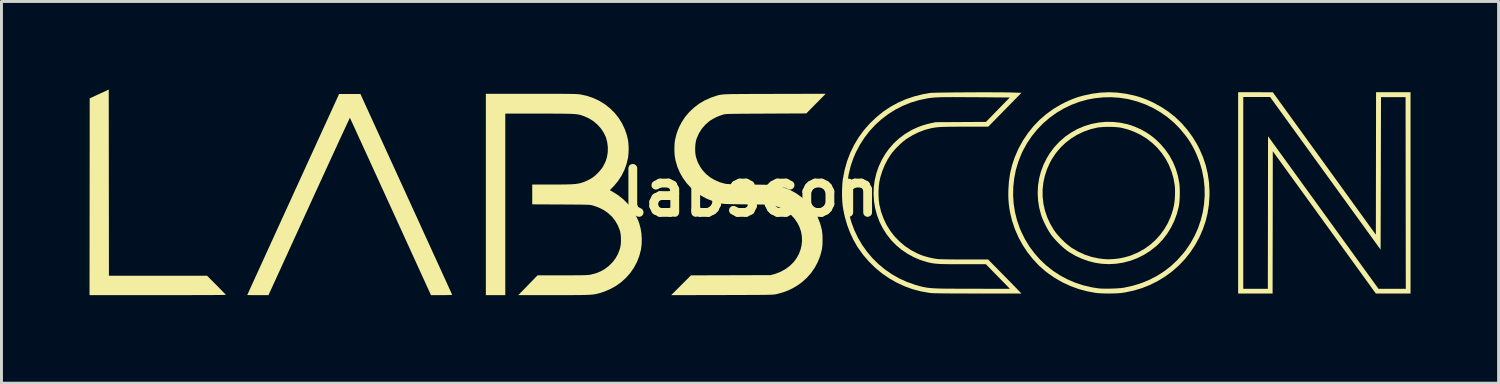
<source format=kicad_pcb>
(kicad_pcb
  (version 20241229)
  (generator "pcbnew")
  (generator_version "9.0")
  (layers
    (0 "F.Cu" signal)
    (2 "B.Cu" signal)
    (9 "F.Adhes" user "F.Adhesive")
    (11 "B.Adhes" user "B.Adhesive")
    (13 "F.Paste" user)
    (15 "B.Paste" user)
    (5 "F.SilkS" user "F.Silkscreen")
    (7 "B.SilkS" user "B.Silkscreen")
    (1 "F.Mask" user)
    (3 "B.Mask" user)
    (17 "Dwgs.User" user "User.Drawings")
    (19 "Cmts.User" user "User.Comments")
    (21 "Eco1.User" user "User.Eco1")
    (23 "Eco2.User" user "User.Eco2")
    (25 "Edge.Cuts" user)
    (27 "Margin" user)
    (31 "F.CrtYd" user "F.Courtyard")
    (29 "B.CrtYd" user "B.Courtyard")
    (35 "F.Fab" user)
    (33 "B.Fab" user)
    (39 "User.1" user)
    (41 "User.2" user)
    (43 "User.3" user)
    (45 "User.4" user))
  (footprint "labscon"
    (layer "F.Cu")
    (at 22.51 3.508)
    (property "Reference" "labscon" (at 0 0 0) (layer "F.SilkS") (effects (font (size 1.5 1.5) (thickness 0.3))))
    (attr board_only exclude_from_pos_files exclude_from_bom)
    (fp_poly (pts (xy -21.852 -0.336) (xy -21.849 2.836) (xy -20.177 2.836) (xy -18.505 2.836) (xy -18.185 3.158) (xy -18.109 3.234) (xy -18.04 3.305) (xy -17.979 3.367) (xy -17.929 3.419) (xy -17.892 3.458) (xy -17.87 3.482) (xy -17.865 3.488) (xy -17.878 3.489) (xy -17.917 3.49) (xy -17.98 3.491) (xy -18.066 3.492) (xy -18.174 3.493) (xy -18.302 3.494) (xy -18.448 3.494) (xy -18.612 3.495) (xy -18.791 3.496) (xy -18.986 3.496) (xy -19.193 3.497) (xy -19.413 3.497) (xy -19.642 3.497) (xy -19.881 3.497) (xy -20.128 3.497) (xy -20.188 3.497) (xy -22.51 3.497) (xy -22.507 0.146) (xy -22.504 -3.206) (xy -22.179 -3.357) (xy -21.855 -3.508)) (stroke (width 0) (type solid)) (fill yes) (layer "F.SilkS"))
    (fp_poly (pts (xy 22.497 0.014) (xy 22.497 3.443) (xy 21.906 3.443) (xy 21.315 3.443) (xy 19.56 1.018) (xy 17.804 -1.406) (xy 17.801 1.019) (xy 17.797 3.443) (xy 17.21 3.443) (xy 16.623 3.443) (xy 16.623 0.014) (xy 16.623 -3.254) (xy 16.798 -3.254) (xy 16.798 0.014) (xy 16.798 3.281) (xy 17.217 3.281) (xy 17.635 3.281) (xy 17.639 0.682) (xy 17.642 -1.916) (xy 19.524 0.682) (xy 21.405 3.281) (xy 21.87 3.281) (xy 22.335 3.281) (xy 22.331 0.017) (xy 22.328 -3.248) (xy 21.909 -3.248) (xy 21.491 -3.248) (xy 21.484 -0.65) (xy 21.477 1.948) (xy 19.594 -0.653) (xy 17.711 -3.254) (xy 17.255 -3.254) (xy 16.798 -3.254) (xy 16.623 -3.254) (xy 16.623 -3.416) (xy 17.214 -3.416) (xy 17.804 -3.415) (xy 19.56 -0.989) (xy 21.315 1.438) (xy 21.319 -0.989) (xy 21.322 -3.416) (xy 21.909 -3.416) (xy 22.497 -3.416)) (stroke (width 0) (type solid)) (fill yes) (layer "F.SilkS"))
    (fp_poly (pts (xy -11.718 0.061) (xy -11.587 0.349) (xy -11.458 0.631) (xy -11.332 0.905) (xy -11.211 1.171) (xy -11.094 1.428) (xy -10.981 1.674) (xy -10.874 1.909) (xy -10.772 2.132) (xy -10.676 2.341) (xy -10.587 2.536) (xy -10.505 2.716) (xy -10.431 2.879) (xy -10.364 3.026) (xy -10.306 3.154) (xy -10.257 3.262) (xy -10.216 3.351) (xy -10.186 3.418) (xy -10.166 3.463) (xy -10.156 3.485) (xy -10.155 3.487) (xy -10.168 3.49) (xy -10.204 3.492) (xy -10.261 3.494) (xy -10.333 3.496) (xy -10.419 3.497) (xy -10.515 3.497) (xy -10.516 3.497) (xy -10.877 3.497) (xy -12.253 0.482) (xy -12.377 0.212) (xy -12.497 -0.052) (xy -12.615 -0.309) (xy -12.728 -0.557) (xy -12.837 -0.795) (xy -12.941 -1.023) (xy -13.04 -1.239) (xy -13.133 -1.442) (xy -13.22 -1.632) (xy -13.3 -1.807) (xy -13.373 -1.965) (xy -13.437 -2.107) (xy -13.494 -2.231) (xy -13.542 -2.335) (xy -13.581 -2.42) (xy -13.61 -2.483) (xy -13.629 -2.524) (xy -13.638 -2.542) (xy -13.638 -2.542) (xy -13.645 -2.531) (xy -13.662 -2.496) (xy -13.689 -2.439) (xy -13.726 -2.36) (xy -13.772 -2.261) (xy -13.827 -2.143) (xy -13.891 -2.006) (xy -13.962 -1.852) (xy -14.041 -1.682) (xy -14.126 -1.497) (xy -14.218 -1.297) (xy -14.316 -1.085) (xy -14.419 -0.86) (xy -14.527 -0.624) (xy -14.64 -0.379) (xy -14.757 -0.124) (xy -14.877 0.138) (xy -15 0.407) (xy -15.03 0.472) (xy -16.413 3.497) (xy -16.774 3.497) (xy -16.87 3.497) (xy -16.956 3.497) (xy -17.029 3.496) (xy -17.086 3.495) (xy -17.123 3.494) (xy -17.136 3.492) (xy -17.136 3.492) (xy -17.13 3.48) (xy -17.114 3.444) (xy -17.087 3.385) (xy -17.051 3.305) (xy -17.005 3.204) (xy -16.95 3.083) (xy -16.886 2.944) (xy -16.815 2.787) (xy -16.736 2.614) (xy -16.649 2.425) (xy -16.556 2.221) (xy -16.457 2.003) (xy -16.352 1.773) (xy -16.241 1.531) (xy -16.126 1.278) (xy -16.006 1.016) (xy -15.882 0.744) (xy -15.754 0.465) (xy -15.623 0.179) (xy -15.572 0.066) (xy -14.007 -3.356) (xy -13.644 -3.356) (xy -13.281 -3.356)) (stroke (width 0) (type solid)) (fill yes) (layer "F.SilkS"))
    (fp_poly (pts (xy 12.362 -2.404) (xy 12.607 -2.377) (xy 12.847 -2.327) (xy 13.081 -2.251) (xy 13.289 -2.16) (xy 13.473 -2.059) (xy 13.639 -1.95) (xy 13.794 -1.827) (xy 13.946 -1.683) (xy 13.976 -1.652) (xy 14.142 -1.459) (xy 14.286 -1.252) (xy 14.406 -1.032) (xy 14.502 -0.799) (xy 14.574 -0.554) (xy 14.618 -0.324) (xy 14.629 -0.221) (xy 14.635 -0.1) (xy 14.636 0.03) (xy 14.633 0.162) (xy 14.625 0.289) (xy 14.613 0.403) (xy 14.598 0.493) (xy 14.533 0.737) (xy 14.445 0.973) (xy 14.335 1.196) (xy 14.206 1.406) (xy 14.057 1.6) (xy 13.892 1.774) (xy 13.834 1.826) (xy 13.632 1.986) (xy 13.417 2.123) (xy 13.191 2.236) (xy 12.955 2.325) (xy 12.712 2.389) (xy 12.463 2.428) (xy 12.21 2.441) (xy 11.978 2.429) (xy 11.754 2.396) (xy 11.527 2.338) (xy 11.303 2.259) (xy 11.087 2.16) (xy 10.884 2.043) (xy 10.803 1.988) (xy 10.721 1.925) (xy 10.63 1.846) (xy 10.534 1.756) (xy 10.44 1.66) (xy 10.354 1.566) (xy 10.28 1.477) (xy 10.246 1.431) (xy 10.188 1.343) (xy 10.126 1.238) (xy 10.065 1.123) (xy 10.008 1.007) (xy 9.958 0.895) (xy 9.92 0.796) (xy 9.914 0.776) (xy 9.847 0.526) (xy 9.807 0.274) (xy 9.793 0.023) (xy 9.799 -0.091) (xy 9.961 -0.091) (xy 9.963 0.148) (xy 9.99 0.385) (xy 10.042 0.619) (xy 10.12 0.848) (xy 10.224 1.072) (xy 10.349 1.283) (xy 10.421 1.381) (xy 10.51 1.486) (xy 10.61 1.592) (xy 10.715 1.695) (xy 10.821 1.787) (xy 10.92 1.863) (xy 10.947 1.882) (xy 11.166 2.011) (xy 11.393 2.116) (xy 11.626 2.194) (xy 11.866 2.246) (xy 12.048 2.268) (xy 12.113 2.272) (xy 12.172 2.275) (xy 12.231 2.275) (xy 12.297 2.272) (xy 12.378 2.267) (xy 12.45 2.261) (xy 12.545 2.25) (xy 12.656 2.23) (xy 12.773 2.203) (xy 12.886 2.172) (xy 12.987 2.139) (xy 12.99 2.138) (xy 13.219 2.039) (xy 13.432 1.919) (xy 13.629 1.778) (xy 13.808 1.618) (xy 13.969 1.44) (xy 14.11 1.246) (xy 14.231 1.036) (xy 14.33 0.812) (xy 14.406 0.575) (xy 14.435 0.452) (xy 14.451 0.352) (xy 14.464 0.235) (xy 14.471 0.107) (xy 14.474 -0.02) (xy 14.471 -0.139) (xy 14.464 -0.238) (xy 14.421 -0.482) (xy 14.354 -0.716) (xy 14.264 -0.939) (xy 14.153 -1.148) (xy 14.02 -1.344) (xy 13.868 -1.524) (xy 13.697 -1.688) (xy 13.51 -1.834) (xy 13.306 -1.96) (xy 13.087 -2.066) (xy 12.855 -2.151) (xy 12.653 -2.203) (xy 12.561 -2.218) (xy 12.451 -2.228) (xy 12.327 -2.235) (xy 12.199 -2.236) (xy 12.072 -2.234) (xy 11.953 -2.226) (xy 11.851 -2.215) (xy 11.822 -2.21) (xy 11.583 -2.152) (xy 11.354 -2.07) (xy 11.136 -1.965) (xy 10.932 -1.839) (xy 10.742 -1.692) (xy 10.569 -1.526) (xy 10.415 -1.343) (xy 10.281 -1.142) (xy 10.216 -1.025) (xy 10.113 -0.797) (xy 10.037 -0.565) (xy 9.986 -0.329) (xy 9.961 -0.091) (xy 9.799 -0.091) (xy 9.805 -0.228) (xy 9.843 -0.475) (xy 9.906 -0.717) (xy 9.995 -0.953) (xy 10.109 -1.18) (xy 10.206 -1.338) (xy 10.359 -1.543) (xy 10.531 -1.728) (xy 10.721 -1.894) (xy 10.928 -2.039) (xy 11.152 -2.164) (xy 11.161 -2.167) (xy 11.39 -2.264) (xy 11.627 -2.336) (xy 11.87 -2.383) (xy 12.115 -2.406)) (stroke (width 0) (type solid)) (fill yes) (layer "F.SilkS"))
    (fp_poly (pts (xy 12.51 -3.403) (xy 12.8 -3.364) (xy 13.092 -3.302) (xy 13.248 -3.258) (xy 13.395 -3.208) (xy 13.543 -3.15) (xy 13.7 -3.078) (xy 13.726 -3.065) (xy 13.995 -2.92) (xy 14.246 -2.754) (xy 14.48 -2.568) (xy 14.696 -2.362) (xy 14.893 -2.136) (xy 15.071 -1.892) (xy 15.229 -1.631) (xy 15.301 -1.492) (xy 15.422 -1.215) (xy 15.518 -0.931) (xy 15.587 -0.641) (xy 15.631 -0.345) (xy 15.648 -0.041) (xy 15.646 0.127) (xy 15.626 0.423) (xy 15.582 0.708) (xy 15.514 0.984) (xy 15.421 1.255) (xy 15.303 1.524) (xy 15.298 1.534) (xy 15.154 1.798) (xy 14.988 2.046) (xy 14.803 2.277) (xy 14.599 2.49) (xy 14.378 2.685) (xy 14.141 2.86) (xy 13.89 3.014) (xy 13.625 3.147) (xy 13.349 3.257) (xy 13.062 3.343) (xy 12.767 3.405) (xy 12.649 3.423) (xy 12.561 3.431) (xy 12.454 3.437) (xy 12.334 3.441) (xy 12.207 3.442) (xy 12.081 3.44) (xy 11.962 3.436) (xy 11.858 3.43) (xy 11.778 3.422) (xy 11.483 3.368) (xy 11.192 3.29) (xy 10.909 3.187) (xy 10.637 3.061) (xy 10.377 2.912) (xy 10.133 2.743) (xy 10.05 2.678) (xy 9.829 2.482) (xy 9.627 2.266) (xy 9.443 2.033) (xy 9.28 1.786) (xy 9.138 1.525) (xy 9.019 1.253) (xy 8.924 0.973) (xy 8.854 0.686) (xy 8.853 0.681) (xy 8.826 0.525) (xy 8.808 0.38) (xy 8.797 0.235) (xy 8.793 0.095) (xy 8.957 0.095) (xy 8.976 0.384) (xy 9.021 0.67) (xy 9.091 0.951) (xy 9.187 1.226) (xy 9.229 1.325) (xy 9.36 1.59) (xy 9.512 1.84) (xy 9.685 2.073) (xy 9.876 2.289) (xy 10.085 2.486) (xy 10.311 2.664) (xy 10.551 2.822) (xy 10.806 2.958) (xy 11.073 3.073) (xy 11.351 3.164) (xy 11.64 3.232) (xy 11.863 3.266) (xy 11.94 3.273) (xy 12.038 3.276) (xy 12.15 3.277) (xy 12.27 3.276) (xy 12.392 3.272) (xy 12.509 3.266) (xy 12.614 3.258) (xy 12.702 3.248) (xy 12.737 3.242) (xy 13.039 3.176) (xy 13.327 3.087) (xy 13.602 2.974) (xy 13.863 2.839) (xy 14.108 2.681) (xy 14.339 2.502) (xy 14.553 2.3) (xy 14.752 2.077) (xy 14.84 1.965) (xy 15.003 1.724) (xy 15.143 1.472) (xy 15.259 1.21) (xy 15.351 0.94) (xy 15.42 0.664) (xy 15.463 0.383) (xy 15.483 0.1) (xy 15.478 -0.185) (xy 15.448 -0.468) (xy 15.393 -0.749) (xy 15.313 -1.025) (xy 15.207 -1.295) (xy 15.164 -1.389) (xy 15.105 -1.508) (xy 15.05 -1.611) (xy 14.995 -1.704) (xy 14.934 -1.797) (xy 14.864 -1.896) (xy 14.828 -1.944) (xy 14.644 -2.168) (xy 14.441 -2.375) (xy 14.22 -2.562) (xy 13.983 -2.729) (xy 13.732 -2.875) (xy 13.468 -2.998) (xy 13.193 -3.098) (xy 12.909 -3.174) (xy 12.855 -3.186) (xy 12.585 -3.227) (xy 12.306 -3.246) (xy 12.024 -3.241) (xy 11.744 -3.212) (xy 11.498 -3.167) (xy 11.215 -3.089) (xy 10.942 -2.986) (xy 10.681 -2.861) (xy 10.433 -2.713) (xy 10.198 -2.544) (xy 9.98 -2.356) (xy 9.779 -2.148) (xy 9.596 -1.923) (xy 9.433 -1.682) (xy 9.291 -1.425) (xy 9.239 -1.314) (xy 9.132 -1.043) (xy 9.05 -0.764) (xy 8.994 -0.481) (xy 8.963 -0.193) (xy 8.957 0.095) (xy 8.793 0.095) (xy 8.792 0.083) (xy 8.795 -0.087) (xy 8.814 -0.379) (xy 8.855 -0.657) (xy 8.92 -0.926) (xy 9.008 -1.191) (xy 9.121 -1.454) (xy 9.144 -1.501) (xy 9.292 -1.771) (xy 9.461 -2.023) (xy 9.649 -2.257) (xy 9.856 -2.472) (xy 10.082 -2.668) (xy 10.325 -2.844) (xy 10.586 -2.999) (xy 10.715 -3.065) (xy 10.875 -3.139) (xy 11.023 -3.2) (xy 11.17 -3.251) (xy 11.325 -3.295) (xy 11.35 -3.302) (xy 11.646 -3.365) (xy 11.936 -3.403) (xy 12.223 -3.416)) (stroke (width 0) (type solid)) (fill yes) (layer "F.SilkS"))
    (fp_poly (pts (xy -7.224 -3.362) (xy -7.011 -3.362) (xy -6.823 -3.362) (xy -6.656 -3.362) (xy -6.51 -3.362) (xy -6.383 -3.361) (xy -6.273 -3.36) (xy -6.179 -3.359) (xy -6.1 -3.358) (xy -6.032 -3.357) (xy -5.976 -3.355) (xy -5.929 -3.353) (xy -5.89 -3.351) (xy -5.856 -3.349) (xy -5.828 -3.346) (xy -5.802 -3.342) (xy -5.777 -3.338) (xy -5.764 -3.336) (xy -5.54 -3.285) (xy -5.327 -3.21) (xy -5.126 -3.114) (xy -4.94 -2.997) (xy -4.77 -2.861) (xy -4.616 -2.708) (xy -4.481 -2.538) (xy -4.366 -2.353) (xy -4.272 -2.155) (xy -4.2 -1.945) (xy -4.165 -1.789) (xy -4.151 -1.688) (xy -4.143 -1.569) (xy -4.142 -1.444) (xy -4.148 -1.32) (xy -4.159 -1.208) (xy -4.165 -1.175) (xy -4.215 -0.965) (xy -4.29 -0.761) (xy -4.388 -0.566) (xy -4.507 -0.385) (xy -4.645 -0.22) (xy -4.678 -0.187) (xy -4.72 -0.144) (xy -4.753 -0.109) (xy -4.774 -0.085) (xy -4.779 -0.076) (xy -4.765 -0.068) (xy -4.734 -0.051) (xy -4.693 -0.028) (xy -4.692 -0.028) (xy -4.497 0.095) (xy -4.32 0.236) (xy -4.161 0.395) (xy -4.023 0.57) (xy -3.907 0.76) (xy -3.813 0.962) (xy -3.781 1.051) (xy -3.736 1.219) (xy -3.707 1.4) (xy -3.695 1.587) (xy -3.7 1.771) (xy -3.723 1.945) (xy -3.724 1.952) (xy -3.781 2.168) (xy -3.861 2.372) (xy -3.964 2.565) (xy -4.088 2.743) (xy -4.232 2.907) (xy -4.395 3.054) (xy -4.575 3.183) (xy -4.771 3.292) (xy -4.982 3.381) (xy -5.108 3.422) (xy -5.152 3.434) (xy -5.193 3.445) (xy -5.233 3.455) (xy -5.274 3.463) (xy -5.319 3.471) (xy -5.368 3.477) (xy -5.424 3.482) (xy -5.489 3.486) (xy -5.565 3.489) (xy -5.653 3.492) (xy -5.755 3.494) (xy -5.874 3.495) (xy -6.01 3.496) (xy -6.167 3.497) (xy -6.346 3.497) (xy -6.548 3.497) (xy -6.704 3.497) (xy -7.902 3.497) (xy -7.574 3.16) (xy -7.246 2.822) (xy -6.407 2.822) (xy -6.226 2.822) (xy -6.071 2.822) (xy -5.938 2.821) (xy -5.826 2.82) (xy -5.733 2.819) (xy -5.656 2.817) (xy -5.593 2.815) (xy -5.542 2.812) (xy -5.501 2.809) (xy -5.468 2.805) (xy -5.452 2.802) (xy -5.274 2.758) (xy -5.107 2.692) (xy -4.952 2.605) (xy -4.813 2.499) (xy -4.69 2.376) (xy -4.586 2.238) (xy -4.502 2.086) (xy -4.442 1.923) (xy -4.428 1.87) (xy -4.411 1.771) (xy -4.404 1.659) (xy -4.405 1.542) (xy -4.414 1.429) (xy -4.432 1.329) (xy -4.443 1.29) (xy -4.511 1.119) (xy -4.601 0.963) (xy -4.711 0.824) (xy -4.842 0.702) (xy -4.991 0.599) (xy -5.158 0.514) (xy -5.342 0.449) (xy -5.368 0.442) (xy -5.389 0.437) (xy -5.41 0.432) (xy -5.434 0.428) (xy -5.461 0.424) (xy -5.495 0.421) (xy -5.536 0.419) (xy -5.588 0.417) (xy -5.652 0.415) (xy -5.731 0.414) (xy -5.825 0.413) (xy -5.939 0.412) (xy -6.072 0.411) (xy -6.228 0.41) (xy -6.409 0.409) (xy -6.451 0.409) (xy -7.427 0.404) (xy -7.427 0.067) (xy -7.427 -0.27) (xy -6.775 -0.27) (xy -6.598 -0.271) (xy -6.446 -0.272) (xy -6.315 -0.273) (xy -6.204 -0.276) (xy -6.11 -0.279) (xy -6.03 -0.284) (xy -5.962 -0.289) (xy -5.902 -0.297) (xy -5.85 -0.305) (xy -5.802 -0.316) (xy -5.766 -0.325) (xy -5.66 -0.36) (xy -5.548 -0.409) (xy -5.441 -0.464) (xy -5.356 -0.518) (xy -5.283 -0.576) (xy -5.206 -0.65) (xy -5.13 -0.73) (xy -5.064 -0.811) (xy -5.013 -0.884) (xy -5.012 -0.887) (xy -4.934 -1.042) (xy -4.881 -1.201) (xy -4.854 -1.369) (xy -4.851 -1.542) (xy -4.872 -1.715) (xy -4.917 -1.878) (xy -4.988 -2.032) (xy -5.084 -2.177) (xy -5.205 -2.313) (xy -5.207 -2.315) (xy -5.342 -2.429) (xy -5.496 -2.525) (xy -5.667 -2.602) (xy -5.705 -2.615) (xy -5.741 -2.627) (xy -5.776 -2.638) (xy -5.811 -2.647) (xy -5.848 -2.655) (xy -5.89 -2.662) (xy -5.938 -2.668) (xy -5.995 -2.673) (xy -6.061 -2.677) (xy -6.138 -2.68) (xy -6.23 -2.682) (xy -6.337 -2.684) (xy -6.461 -2.685) (xy -6.605 -2.686) (xy -6.77 -2.687) (xy -6.958 -2.687) (xy -7.17 -2.687) (xy -7.201 -2.687) (xy -8.345 -2.687) (xy -8.345 0.405) (xy -8.345 3.497) (xy -8.676 3.497) (xy -9.007 3.497) (xy -9.007 0.068) (xy -9.007 -3.362) (xy -7.462 -3.362)) (stroke (width 0) (type solid)) (fill yes) (layer "F.SilkS"))
    (fp_poly (pts (xy 2.241 -3.029) (xy 1.911 -2.694) (xy 0.54 -2.687) (xy 0.318 -2.686) (xy 0.121 -2.685) (xy -0.053 -2.684) (xy -0.204 -2.683) (xy -0.335 -2.682) (xy -0.448 -2.681) (xy -0.543 -2.68) (xy -0.623 -2.678) (xy -0.69 -2.677) (xy -0.744 -2.675) (xy -0.789 -2.673) (xy -0.824 -2.67) (xy -0.853 -2.668) (xy -0.876 -2.664) (xy -0.896 -2.661) (xy -0.913 -2.657) (xy -0.931 -2.652) (xy -0.938 -2.65) (xy -1.04 -2.615) (xy -1.15 -2.569) (xy -1.257 -2.514) (xy -1.352 -2.457) (xy -1.39 -2.431) (xy -1.529 -2.311) (xy -1.648 -2.173) (xy -1.745 -2.02) (xy -1.82 -1.851) (xy -1.837 -1.803) (xy -1.858 -1.713) (xy -1.871 -1.606) (xy -1.876 -1.49) (xy -1.873 -1.376) (xy -1.861 -1.271) (xy -1.852 -1.225) (xy -1.798 -1.056) (xy -1.721 -0.899) (xy -1.622 -0.756) (xy -1.503 -0.628) (xy -1.366 -0.517) (xy -1.212 -0.425) (xy -1.042 -0.351) (xy -0.877 -0.303) (xy -0.852 -0.298) (xy -0.822 -0.294) (xy -0.786 -0.29) (xy -0.74 -0.287) (xy -0.683 -0.284) (xy -0.612 -0.281) (xy -0.526 -0.279) (xy -0.421 -0.277) (xy -0.296 -0.275) (xy -0.148 -0.272) (xy 0.014 -0.27) (xy 0.186 -0.268) (xy 0.334 -0.266) (xy 0.461 -0.264) (xy 0.568 -0.262) (xy 0.658 -0.259) (xy 0.735 -0.255) (xy 0.799 -0.25) (xy 0.855 -0.244) (xy 0.904 -0.236) (xy 0.95 -0.227) (xy 0.994 -0.216) (xy 1.04 -0.202) (xy 1.089 -0.186) (xy 1.145 -0.168) (xy 1.148 -0.167) (xy 1.357 -0.085) (xy 1.551 0.019) (xy 1.732 0.146) (xy 1.904 0.297) (xy 1.924 0.317) (xy 2.075 0.486) (xy 2.202 0.665) (xy 2.305 0.856) (xy 2.384 1.06) (xy 2.439 1.269) (xy 2.452 1.352) (xy 2.461 1.454) (xy 2.464 1.567) (xy 2.464 1.683) (xy 2.459 1.794) (xy 2.449 1.892) (xy 2.44 1.947) (xy 2.383 2.164) (xy 2.301 2.371) (xy 2.196 2.566) (xy 2.07 2.747) (xy 1.923 2.913) (xy 1.756 3.061) (xy 1.634 3.15) (xy 1.47 3.25) (xy 1.306 3.331) (xy 1.134 3.397) (xy 0.945 3.451) (xy 0.902 3.461) (xy 0.883 3.465) (xy 0.865 3.469) (xy 0.845 3.472) (xy 0.823 3.475) (xy 0.796 3.478) (xy 0.764 3.48) (xy 0.724 3.482) (xy 0.676 3.484) (xy 0.618 3.485) (xy 0.548 3.487) (xy 0.465 3.488) (xy 0.367 3.489) (xy 0.253 3.49) (xy 0.122 3.491) (xy -0.028 3.491) (xy -0.199 3.492) (xy -0.391 3.492) (xy -0.607 3.493) (xy -0.848 3.494) (xy -0.959 3.494) (xy -2.694 3.498) (xy -2.357 3.161) (xy -2.02 2.823) (xy -0.662 2.819) (xy 0.695 2.815) (xy 0.81 2.784) (xy 0.874 2.764) (xy 0.949 2.736) (xy 1.025 2.705) (xy 1.06 2.689) (xy 1.218 2.599) (xy 1.357 2.493) (xy 1.477 2.374) (xy 1.576 2.242) (xy 1.655 2.101) (xy 1.713 1.952) (xy 1.749 1.798) (xy 1.765 1.641) (xy 1.758 1.483) (xy 1.729 1.326) (xy 1.677 1.173) (xy 1.602 1.026) (xy 1.504 0.886) (xy 1.391 0.765) (xy 1.258 0.654) (xy 1.114 0.565) (xy 0.954 0.494) (xy 0.812 0.449) (xy 0.682 0.414) (xy -0.108 0.405) (xy -0.275 0.403) (xy -0.418 0.401) (xy -0.538 0.399) (xy -0.639 0.397) (xy -0.722 0.395) (xy -0.791 0.393) (xy -0.846 0.39) (xy -0.892 0.387) (xy -0.929 0.384) (xy -0.962 0.379) (xy -0.991 0.374) (xy -1.02 0.368) (xy -1.029 0.366) (xy -1.254 0.304) (xy -1.467 0.219) (xy -1.665 0.113) (xy -1.848 -0.011) (xy -2.014 -0.154) (xy -2.162 -0.314) (xy -2.29 -0.488) (xy -2.398 -0.677) (xy -2.483 -0.878) (xy -2.545 -1.091) (xy -2.559 -1.161) (xy -2.574 -1.265) (xy -2.582 -1.385) (xy -2.583 -1.512) (xy -2.579 -1.637) (xy -2.568 -1.749) (xy -2.561 -1.79) (xy -2.51 -2.002) (xy -2.434 -2.205) (xy -2.335 -2.397) (xy -2.215 -2.577) (xy -2.075 -2.743) (xy -1.917 -2.892) (xy -1.742 -3.024) (xy -1.552 -3.137) (xy -1.349 -3.228) (xy -1.242 -3.265) (xy -1.203 -3.278) (xy -1.168 -3.289) (xy -1.136 -3.3) (xy -1.105 -3.309) (xy -1.075 -3.317) (xy -1.042 -3.324) (xy -1.006 -3.33) (xy -0.966 -3.335) (xy -0.919 -3.34) (xy -0.864 -3.344) (xy -0.8 -3.347) (xy -0.726 -3.349) (xy -0.638 -3.352) (xy -0.537 -3.353) (xy -0.42 -3.354) (xy -0.287 -3.355) (xy -0.135 -3.356) (xy 0.038 -3.357) (xy 0.232 -3.357) (xy 0.449 -3.358) (xy 0.69 -3.358) (xy 0.83 -3.359) (xy 2.572 -3.363)) (stroke (width 0) (type solid)) (fill yes) (layer "F.SilkS"))
    (fp_poly (pts (xy 8.14 -3.414) (xy 8.299 -3.413) (xy 8.448 -3.413) (xy 8.585 -3.412) (xy 8.708 -3.41) (xy 8.813 -3.409) (xy 8.9 -3.407) (xy 8.905 -3.406) (xy 9.242 -3.396) (xy 8.675 -2.819) (xy 8.109 -2.242) (xy 7.322 -2.242) (xy 7.136 -2.242) (xy 6.975 -2.241) (xy 6.836 -2.24) (xy 6.716 -2.238) (xy 6.614 -2.236) (xy 6.525 -2.233) (xy 6.449 -2.228) (xy 6.382 -2.223) (xy 6.322 -2.216) (xy 6.266 -2.208) (xy 6.212 -2.199) (xy 6.157 -2.188) (xy 6.145 -2.185) (xy 5.944 -2.131) (xy 5.74 -2.053) (xy 5.541 -1.957) (xy 5.354 -1.844) (xy 5.307 -1.812) (xy 5.214 -1.74) (xy 5.113 -1.651) (xy 5.011 -1.552) (xy 4.915 -1.45) (xy 4.831 -1.351) (xy 4.79 -1.296) (xy 4.679 -1.121) (xy 4.58 -0.928) (xy 4.497 -0.724) (xy 4.433 -0.518) (xy 4.4 -0.365) (xy 4.381 -0.223) (xy 4.371 -0.066) (xy 4.371 0.097) (xy 4.38 0.254) (xy 4.398 0.398) (xy 4.4 0.412) (xy 4.458 0.654) (xy 4.541 0.885) (xy 4.645 1.103) (xy 4.772 1.308) (xy 4.92 1.498) (xy 5.087 1.67) (xy 5.272 1.825) (xy 5.474 1.961) (xy 5.693 2.076) (xy 5.832 2.135) (xy 5.927 2.167) (xy 6.04 2.199) (xy 6.159 2.228) (xy 6.276 2.252) (xy 6.38 2.267) (xy 6.39 2.268) (xy 6.429 2.271) (xy 6.493 2.273) (xy 6.579 2.276) (xy 6.683 2.278) (xy 6.804 2.279) (xy 6.939 2.281) (xy 7.084 2.282) (xy 7.238 2.282) (xy 7.313 2.282) (xy 8.104 2.282) (xy 8.586 2.772) (xy 8.683 2.87) (xy 8.777 2.966) (xy 8.866 3.057) (xy 8.947 3.139) (xy 9.019 3.213) (xy 9.078 3.274) (xy 9.123 3.32) (xy 9.152 3.35) (xy 9.154 3.352) (xy 9.241 3.443) (xy 7.75 3.442) (xy 7.505 3.442) (xy 7.285 3.441) (xy 7.09 3.441) (xy 6.917 3.44) (xy 6.766 3.439) (xy 6.634 3.438) (xy 6.52 3.437) (xy 6.423 3.435) (xy 6.341 3.434) (xy 6.272 3.432) (xy 6.216 3.429) (xy 6.171 3.427) (xy 6.135 3.424) (xy 6.111 3.421) (xy 5.818 3.37) (xy 5.531 3.294) (xy 5.253 3.193) (xy 4.985 3.068) (xy 4.729 2.921) (xy 4.485 2.753) (xy 4.256 2.563) (xy 4.044 2.354) (xy 3.848 2.127) (xy 3.672 1.882) (xy 3.639 1.83) (xy 3.512 1.607) (xy 3.4 1.365) (xy 3.304 1.11) (xy 3.227 0.846) (xy 3.17 0.579) (xy 3.151 0.459) (xy 3.138 0.327) (xy 3.13 0.177) (xy 3.127 0.017) (xy 3.129 -0.059) (xy 3.294 -0.059) (xy 3.299 0.228) (xy 3.328 0.512) (xy 3.37 0.736) (xy 3.447 1.016) (xy 3.548 1.286) (xy 3.672 1.545) (xy 3.817 1.791) (xy 3.983 2.024) (xy 4.168 2.241) (xy 4.371 2.441) (xy 4.591 2.623) (xy 4.826 2.785) (xy 5.075 2.927) (xy 5.337 3.046) (xy 5.61 3.142) (xy 5.644 3.153) (xy 5.713 3.172) (xy 5.776 3.19) (xy 5.835 3.205) (xy 5.893 3.219) (xy 5.951 3.23) (xy 6.011 3.24) (xy 6.075 3.249) (xy 6.145 3.256) (xy 6.224 3.262) (xy 6.312 3.267) (xy 6.412 3.271) (xy 6.526 3.274) (xy 6.655 3.276) (xy 6.802 3.277) (xy 6.969 3.278) (xy 7.157 3.279) (xy 7.368 3.28) (xy 7.58 3.28) (xy 8.847 3.281) (xy 8.438 2.863) (xy 8.028 2.444) (xy 7.238 2.444) (xy 7.054 2.444) (xy 6.895 2.443) (xy 6.757 2.442) (xy 6.639 2.44) (xy 6.537 2.438) (xy 6.45 2.434) (xy 6.375 2.43) (xy 6.308 2.424) (xy 6.248 2.417) (xy 6.192 2.408) (xy 6.138 2.397) (xy 6.083 2.385) (xy 6.023 2.37) (xy 6.023 2.37) (xy 5.793 2.299) (xy 5.57 2.203) (xy 5.355 2.085) (xy 5.153 1.948) (xy 4.968 1.793) (xy 4.81 1.632) (xy 4.652 1.432) (xy 4.518 1.222) (xy 4.407 1.002) (xy 4.32 0.774) (xy 4.257 0.539) (xy 4.218 0.301) (xy 4.202 0.061) (xy 4.21 -0.18) (xy 4.242 -0.42) (xy 4.298 -0.656) (xy 4.378 -0.888) (xy 4.483 -1.113) (xy 4.611 -1.328) (xy 4.722 -1.482) (xy 4.886 -1.671) (xy 5.07 -1.841) (xy 5.271 -1.992) (xy 5.489 -2.121) (xy 5.57 -2.162) (xy 5.725 -2.231) (xy 5.878 -2.287) (xy 6.039 -2.333) (xy 6.149 -2.359) (xy 6.313 -2.395) (xy 7.172 -2.4) (xy 8.032 -2.405) (xy 8.437 -2.821) (xy 8.843 -3.236) (xy 7.679 -3.246) (xy 7.453 -3.247) (xy 7.252 -3.248) (xy 7.075 -3.249) (xy 6.918 -3.25) (xy 6.78 -3.249) (xy 6.66 -3.248) (xy 6.555 -3.247) (xy 6.463 -3.244) (xy 6.383 -3.241) (xy 6.311 -3.238) (xy 6.248 -3.233) (xy 6.189 -3.227) (xy 6.134 -3.221) (xy 6.081 -3.213) (xy 6.044 -3.208) (xy 5.753 -3.147) (xy 5.473 -3.063) (xy 5.204 -2.955) (xy 4.947 -2.824) (xy 4.703 -2.671) (xy 4.475 -2.498) (xy 4.262 -2.305) (xy 4.066 -2.093) (xy 3.889 -1.864) (xy 3.732 -1.618) (xy 3.595 -1.357) (xy 3.514 -1.168) (xy 3.423 -0.903) (xy 3.356 -0.628) (xy 3.313 -0.345) (xy 3.294 -0.059) (xy 3.129 -0.059) (xy 3.131 -0.144) (xy 3.139 -0.298) (xy 3.153 -0.436) (xy 3.158 -0.471) (xy 3.218 -0.776) (xy 3.301 -1.07) (xy 3.409 -1.352) (xy 3.54 -1.621) (xy 3.693 -1.877) (xy 3.87 -2.119) (xy 4.069 -2.345) (xy 4.078 -2.355) (xy 4.3 -2.567) (xy 4.533 -2.755) (xy 4.778 -2.92) (xy 5.036 -3.061) (xy 5.308 -3.18) (xy 5.594 -3.276) (xy 5.896 -3.351) (xy 6.124 -3.391) (xy 6.155 -3.394) (xy 6.212 -3.396) (xy 6.291 -3.399) (xy 6.389 -3.401) (xy 6.506 -3.403) (xy 6.638 -3.405) (xy 6.783 -3.407) (xy 6.939 -3.409) (xy 7.103 -3.41) (xy 7.274 -3.411) (xy 7.449 -3.412) (xy 7.625 -3.413) (xy 7.8 -3.414) (xy 7.973 -3.414)) (stroke (width 0) (type solid)) (fill yes) (layer "F.SilkS")))
  (gr_rect
    (start -3 -3)
    (end 48.007 10.006)
    (stroke (width 0.1) (type default))
    (fill no)
    (layer "Edge.Cuts")))
</source>
